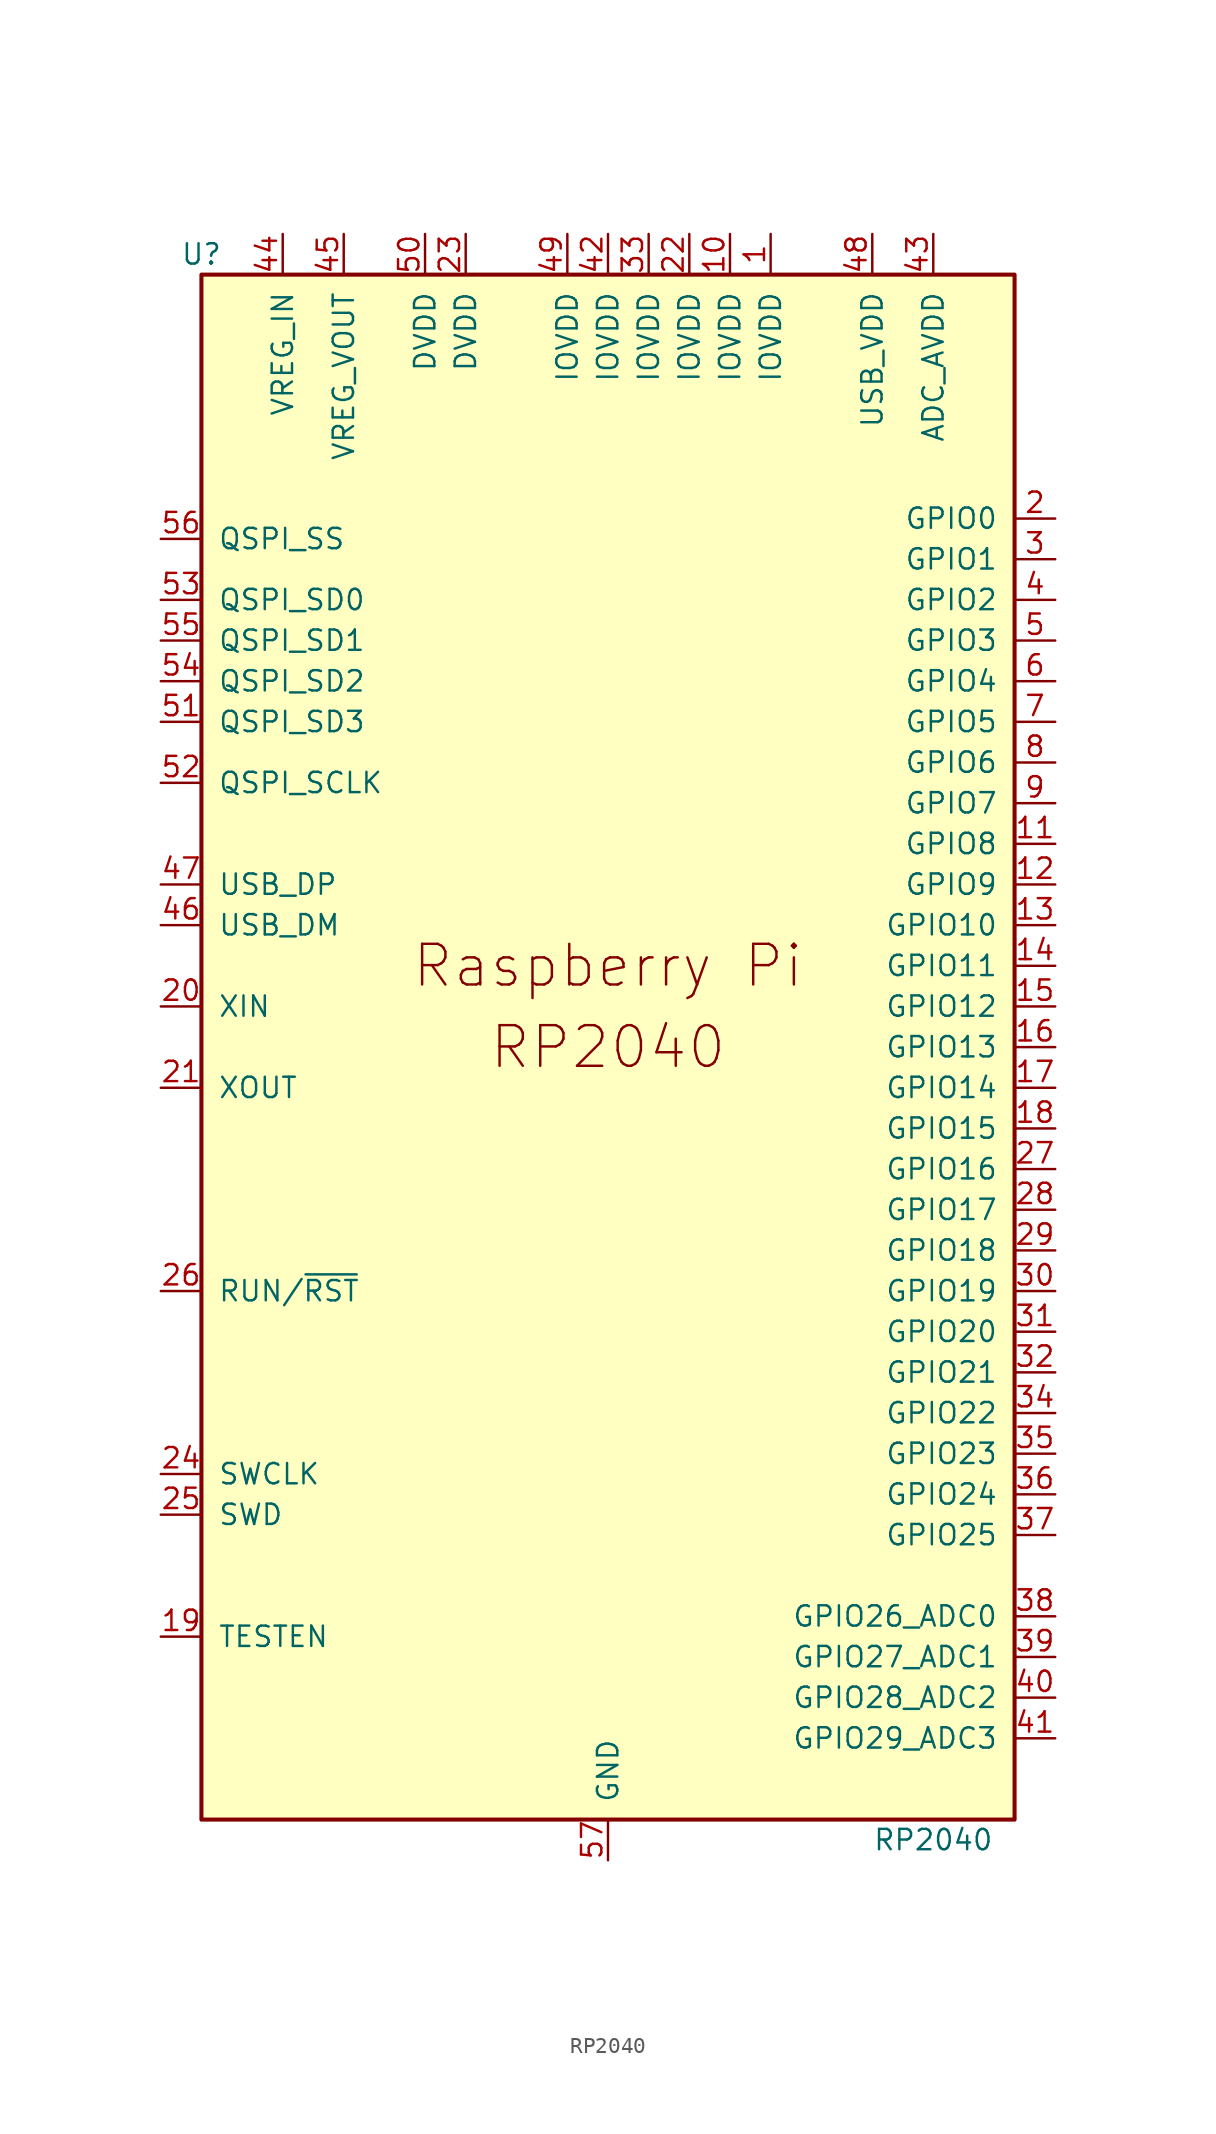
<source format=kicad_sym>
(kicad_symbol_lib
  (version 20211014)
  (generator kicad_symbol_editor)
  (symbol "RP2040"
    (pin_names
      (offset 1.016))
    (property "Reference" "U"
      (at -25.4 49.53 0)
      (effects (font (size 1.27 1.27))))
    (property "Value" "RP2040"
      (at 20.32 -49.53 0)
      (effects (font (size 1.27 1.27))))
    (symbol "RP2040_0_0"
      (text "Raspberry Pi" (at 0 5.08 0) (effects (font (size 2.54 2.54))))
      (text "RP2040" (at 0 0 0) (effects (font (size 2.54 2.54)))))
    (symbol "RP2040_0_1"
      (rectangle (start -25.4 48.26) (end 25.4 -48.26) (stroke (width 0.254) (type default) (color 0 0 0 0)) (fill (type background))))
    (symbol "RP2040_1_1"
      (pin power_in line (at 10.16 50.8 270) (length 2.54) (name "IOVDD" (effects (font (size 1.27 1.27)))) (number "1" (effects (font (size 1.27 1.27)))))
      (pin power_in line (at 7.62 50.8 270) (length 2.54) (name "IOVDD" (effects (font (size 1.27 1.27)))) (number "10" (effects (font (size 1.27 1.27)))))
      (pin bidirectional line (at 27.94 12.7 180) (length 2.54) (name "GPIO8" (effects (font (size 1.27 1.27)))) (number "11" (effects (font (size 1.27 1.27)))))
      (pin bidirectional line (at 27.94 10.16 180) (length 2.54) (name "GPIO9" (effects (font (size 1.27 1.27)))) (number "12" (effects (font (size 1.27 1.27)))))
      (pin bidirectional line (at 27.94 7.62 180) (length 2.54) (name "GPIO10" (effects (font (size 1.27 1.27)))) (number "13" (effects (font (size 1.27 1.27)))))
      (pin bidirectional line (at 27.94 5.08 180) (length 2.54) (name "GPIO11" (effects (font (size 1.27 1.27)))) (number "14" (effects (font (size 1.27 1.27)))))
      (pin bidirectional line (at 27.94 2.54 180) (length 2.54) (name "GPIO12" (effects (font (size 1.27 1.27)))) (number "15" (effects (font (size 1.27 1.27)))))
      (pin bidirectional line (at 27.94 0 180) (length 2.54) (name "GPIO13" (effects (font (size 1.27 1.27)))) (number "16" (effects (font (size 1.27 1.27)))))
      (pin bidirectional line (at 27.94 -2.54 180) (length 2.54) (name "GPIO14" (effects (font (size 1.27 1.27)))) (number "17" (effects (font (size 1.27 1.27)))))
      (pin bidirectional line (at 27.94 -5.08 180) (length 2.54) (name "GPIO15" (effects (font (size 1.27 1.27)))) (number "18" (effects (font (size 1.27 1.27)))))
      (pin passive line (at -27.94 -36.83 0) (length 2.54) (name "TESTEN" (effects (font (size 1.27 1.27)))) (number "19" (effects (font (size 1.27 1.27)))))
      (pin bidirectional line (at 27.94 33.02 180) (length 2.54) (name "GPIO0" (effects (font (size 1.27 1.27)))) (number "2" (effects (font (size 1.27 1.27)))))
      (pin input line (at -27.94 2.54 0) (length 2.54) (name "XIN" (effects (font (size 1.27 1.27)))) (number "20" (effects (font (size 1.27 1.27)))))
      (pin passive line (at -27.94 -2.54 0) (length 2.54) (name "XOUT" (effects (font (size 1.27 1.27)))) (number "21" (effects (font (size 1.27 1.27)))))
      (pin power_in line (at 5.08 50.8 270) (length 2.54) (name "IOVDD" (effects (font (size 1.27 1.27)))) (number "22" (effects (font (size 1.27 1.27)))))
      (pin power_in line (at -8.89 50.8 270) (length 2.54) (name "DVDD" (effects (font (size 1.27 1.27)))) (number "23" (effects (font (size 1.27 1.27)))))
      (pin output line (at -27.94 -26.67 0) (length 2.54) (name "SWCLK" (effects (font (size 1.27 1.27)))) (number "24" (effects (font (size 1.27 1.27)))))
      (pin bidirectional line (at -27.94 -29.21 0) (length 2.54) (name "SWD" (effects (font (size 1.27 1.27)))) (number "25" (effects (font (size 1.27 1.27)))))
      (pin input line (at -27.94 -15.24 0) (length 2.54) (name "RUN/~{RST}" (effects (font (size 1.27 1.27)))) (number "26" (effects (font (size 1.27 1.27)))))
      (pin bidirectional line (at 27.94 -7.62 180) (length 2.54) (name "GPIO16" (effects (font (size 1.27 1.27)))) (number "27" (effects (font (size 1.27 1.27)))))
      (pin bidirectional line (at 27.94 -10.16 180) (length 2.54) (name "GPIO17" (effects (font (size 1.27 1.27)))) (number "28" (effects (font (size 1.27 1.27)))))
      (pin bidirectional line (at 27.94 -12.7 180) (length 2.54) (name "GPIO18" (effects (font (size 1.27 1.27)))) (number "29" (effects (font (size 1.27 1.27)))))
      (pin bidirectional line (at 27.94 30.48 180) (length 2.54) (name "GPIO1" (effects (font (size 1.27 1.27)))) (number "3" (effects (font (size 1.27 1.27)))))
      (pin bidirectional line (at 27.94 -15.24 180) (length 2.54) (name "GPIO19" (effects (font (size 1.27 1.27)))) (number "30" (effects (font (size 1.27 1.27)))))
      (pin bidirectional line (at 27.94 -17.78 180) (length 2.54) (name "GPIO20" (effects (font (size 1.27 1.27)))) (number "31" (effects (font (size 1.27 1.27)))))
      (pin bidirectional line (at 27.94 -20.32 180) (length 2.54) (name "GPIO21" (effects (font (size 1.27 1.27)))) (number "32" (effects (font (size 1.27 1.27)))))
      (pin power_in line (at 2.54 50.8 270) (length 2.54) (name "IOVDD" (effects (font (size 1.27 1.27)))) (number "33" (effects (font (size 1.27 1.27)))))
      (pin bidirectional line (at 27.94 -22.86 180) (length 2.54) (name "GPIO22" (effects (font (size 1.27 1.27)))) (number "34" (effects (font (size 1.27 1.27)))))
      (pin bidirectional line (at 27.94 -25.4 180) (length 2.54) (name "GPIO23" (effects (font (size 1.27 1.27)))) (number "35" (effects (font (size 1.27 1.27)))))
      (pin bidirectional line (at 27.94 -27.94 180) (length 2.54) (name "GPIO24" (effects (font (size 1.27 1.27)))) (number "36" (effects (font (size 1.27 1.27)))))
      (pin bidirectional line (at 27.94 -30.48 180) (length 2.54) (name "GPIO25" (effects (font (size 1.27 1.27)))) (number "37" (effects (font (size 1.27 1.27)))))
      (pin bidirectional line (at 27.94 -35.56 180) (length 2.54) (name "GPIO26_ADC0" (effects (font (size 1.27 1.27)))) (number "38" (effects (font (size 1.27 1.27)))))
      (pin bidirectional line (at 27.94 -38.1 180) (length 2.54) (name "GPIO27_ADC1" (effects (font (size 1.27 1.27)))) (number "39" (effects (font (size 1.27 1.27)))))
      (pin bidirectional line (at 27.94 27.94 180) (length 2.54) (name "GPIO2" (effects (font (size 1.27 1.27)))) (number "4" (effects (font (size 1.27 1.27)))))
      (pin bidirectional line (at 27.94 -40.64 180) (length 2.54) (name "GPIO28_ADC2" (effects (font (size 1.27 1.27)))) (number "40" (effects (font (size 1.27 1.27)))))
      (pin bidirectional line (at 27.94 -43.18 180) (length 2.54) (name "GPIO29_ADC3" (effects (font (size 1.27 1.27)))) (number "41" (effects (font (size 1.27 1.27)))))
      (pin power_in line (at 0 50.8 270) (length 2.54) (name "IOVDD" (effects (font (size 1.27 1.27)))) (number "42" (effects (font (size 1.27 1.27)))))
      (pin power_in line (at 20.32 50.8 270) (length 2.54) (name "ADC_AVDD" (effects (font (size 1.27 1.27)))) (number "43" (effects (font (size 1.27 1.27)))))
      (pin power_in line (at -20.32 50.8 270) (length 2.54) (name "VREG_IN" (effects (font (size 1.27 1.27)))) (number "44" (effects (font (size 1.27 1.27)))))
      (pin power_out line (at -16.51 50.8 270) (length 2.54) (name "VREG_VOUT" (effects (font (size 1.27 1.27)))) (number "45" (effects (font (size 1.27 1.27)))))
      (pin bidirectional line (at -27.94 7.62 0) (length 2.54) (name "USB_DM" (effects (font (size 1.27 1.27)))) (number "46" (effects (font (size 1.27 1.27)))))
      (pin bidirectional line (at -27.94 10.16 0) (length 2.54) (name "USB_DP" (effects (font (size 1.27 1.27)))) (number "47" (effects (font (size 1.27 1.27)))))
      (pin power_in line (at 16.51 50.8 270) (length 2.54) (name "USB_VDD" (effects (font (size 1.27 1.27)))) (number "48" (effects (font (size 1.27 1.27)))))
      (pin power_in line (at -2.54 50.8 270) (length 2.54) (name "IOVDD" (effects (font (size 1.27 1.27)))) (number "49" (effects (font (size 1.27 1.27)))))
      (pin bidirectional line (at 27.94 25.4 180) (length 2.54) (name "GPIO3" (effects (font (size 1.27 1.27)))) (number "5" (effects (font (size 1.27 1.27)))))
      (pin power_in line (at -11.43 50.8 270) (length 2.54) (name "DVDD" (effects (font (size 1.27 1.27)))) (number "50" (effects (font (size 1.27 1.27)))))
      (pin bidirectional line (at -27.94 20.32 0) (length 2.54) (name "QSPI_SD3" (effects (font (size 1.27 1.27)))) (number "51" (effects (font (size 1.27 1.27)))))
      (pin output line (at -27.94 16.51 0) (length 2.54) (name "QSPI_SCLK" (effects (font (size 1.27 1.27)))) (number "52" (effects (font (size 1.27 1.27)))))
      (pin bidirectional line (at -27.94 27.94 0) (length 2.54) (name "QSPI_SD0" (effects (font (size 1.27 1.27)))) (number "53" (effects (font (size 1.27 1.27)))))
      (pin bidirectional line (at -27.94 22.86 0) (length 2.54) (name "QSPI_SD2" (effects (font (size 1.27 1.27)))) (number "54" (effects (font (size 1.27 1.27)))))
      (pin bidirectional line (at -27.94 25.4 0) (length 2.54) (name "QSPI_SD1" (effects (font (size 1.27 1.27)))) (number "55" (effects (font (size 1.27 1.27)))))
      (pin bidirectional line (at -27.94 31.75 0) (length 2.54) (name "QSPI_SS" (effects (font (size 1.27 1.27)))) (number "56" (effects (font (size 1.27 1.27)))))
      (pin power_in line (at 0 -50.8 90) (length 2.54) (name "GND" (effects (font (size 1.27 1.27)))) (number "57" (effects (font (size 1.27 1.27)))))
      (pin bidirectional line (at 27.94 22.86 180) (length 2.54) (name "GPIO4" (effects (font (size 1.27 1.27)))) (number "6" (effects (font (size 1.27 1.27)))))
      (pin bidirectional line (at 27.94 20.32 180) (length 2.54) (name "GPIO5" (effects (font (size 1.27 1.27)))) (number "7" (effects (font (size 1.27 1.27)))))
      (pin bidirectional line (at 27.94 17.78 180) (length 2.54) (name "GPIO6" (effects (font (size 1.27 1.27)))) (number "8" (effects (font (size 1.27 1.27)))))
      (pin bidirectional line (at 27.94 15.24 180) (length 2.54) (name "GPIO7" (effects (font (size 1.27 1.27)))) (number "9" (effects (font (size 1.27 1.27))))))))
</source>
